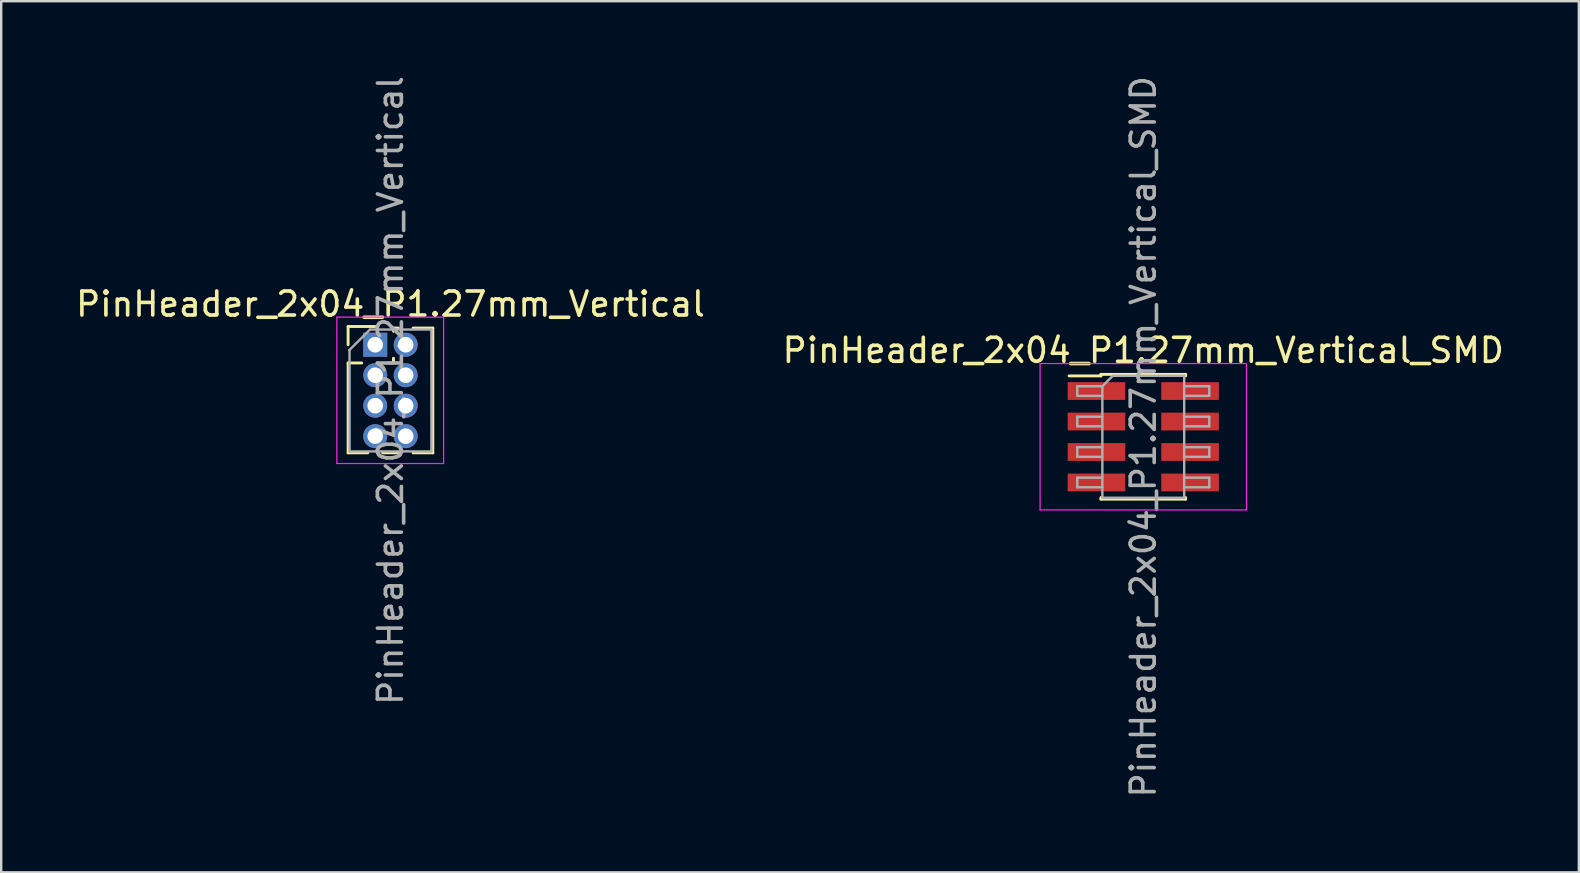
<source format=kicad_pcb>
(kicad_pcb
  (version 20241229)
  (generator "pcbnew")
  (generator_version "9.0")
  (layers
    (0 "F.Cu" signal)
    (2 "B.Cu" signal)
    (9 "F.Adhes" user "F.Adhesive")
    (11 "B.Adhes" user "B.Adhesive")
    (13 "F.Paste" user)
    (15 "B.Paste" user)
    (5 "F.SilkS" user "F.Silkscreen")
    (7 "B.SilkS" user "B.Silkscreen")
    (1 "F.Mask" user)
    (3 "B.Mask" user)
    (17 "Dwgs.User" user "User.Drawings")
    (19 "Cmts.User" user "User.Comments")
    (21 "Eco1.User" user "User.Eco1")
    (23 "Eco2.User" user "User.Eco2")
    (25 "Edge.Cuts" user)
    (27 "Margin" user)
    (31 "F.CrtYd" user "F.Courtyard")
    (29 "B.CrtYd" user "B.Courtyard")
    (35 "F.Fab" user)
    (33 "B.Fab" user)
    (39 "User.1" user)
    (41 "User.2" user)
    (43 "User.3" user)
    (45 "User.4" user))
  (footprint "PinHeader_2x04_P1.27mm_Vertical"
    (layer "F.Cu")
    (at 12.585 11.315)
    (property "Reference" "PinHeader_2x04_P1.27mm_Vertical" (at 0.635 -1.695 0) (layer "F.SilkS") (effects (font (size 1 1) (thickness 0.15))))
    (attr through_hole)
    (fp_line (start -1.13 -0.76) (end 0 -0.76) (stroke (width 0.12) (type solid)) (layer "F.SilkS"))
    (fp_line (start -1.13 0) (end -1.13 -0.76) (stroke (width 0.12) (type solid)) (layer "F.SilkS"))
    (fp_line (start -1.13 0.76) (end -1.13 4.505) (stroke (width 0.12) (type solid)) (layer "F.SilkS"))
    (fp_line (start -1.13 0.76) (end -0.563 0.76) (stroke (width 0.12) (type solid)) (layer "F.SilkS"))
    (fp_line (start -1.13 4.505) (end -0.308 4.505) (stroke (width 0.12) (type solid)) (layer "F.SilkS"))
    (fp_line (start 0.308 4.505) (end 0.962 4.505) (stroke (width 0.12) (type solid)) (layer "F.SilkS"))
    (fp_line (start 0.563 0.76) (end 0.707 0.76) (stroke (width 0.12) (type solid)) (layer "F.SilkS"))
    (fp_line (start 0.76 -0.695) (end 0.962 -0.695) (stroke (width 0.12) (type solid)) (layer "F.SilkS"))
    (fp_line (start 0.76 -0.563) (end 0.76 -0.695) (stroke (width 0.12) (type solid)) (layer "F.SilkS"))
    (fp_line (start 0.76 0.707) (end 0.76 0.563) (stroke (width 0.12) (type solid)) (layer "F.SilkS"))
    (fp_line (start 1.578 -0.695) (end 2.4 -0.695) (stroke (width 0.12) (type solid)) (layer "F.SilkS"))
    (fp_line (start 1.578 4.505) (end 2.4 4.505) (stroke (width 0.12) (type solid)) (layer "F.SilkS"))
    (fp_line (start 2.4 -0.695) (end 2.4 4.505) (stroke (width 0.12) (type solid)) (layer "F.SilkS"))
    (fp_line (start -1.6 -1.15) (end -1.6 4.95) (stroke (width 0.05) (type solid)) (layer "F.CrtYd"))
    (fp_line (start -1.6 4.95) (end 2.85 4.95) (stroke (width 0.05) (type solid)) (layer "F.CrtYd"))
    (fp_line (start 2.85 -1.15) (end -1.6 -1.15) (stroke (width 0.05) (type solid)) (layer "F.CrtYd"))
    (fp_line (start 2.85 4.95) (end 2.85 -1.15) (stroke (width 0.05) (type solid)) (layer "F.CrtYd"))
    (fp_line (start -1.07 0.217) (end -0.217 -0.635) (stroke (width 0.1) (type solid)) (layer "F.Fab"))
    (fp_line (start -1.07 4.445) (end -1.07 0.217) (stroke (width 0.1) (type solid)) (layer "F.Fab"))
    (fp_line (start -0.217 -0.635) (end 2.34 -0.635) (stroke (width 0.1) (type solid)) (layer "F.Fab"))
    (fp_line (start 2.34 -0.635) (end 2.34 4.445) (stroke (width 0.1) (type solid)) (layer "F.Fab"))
    (fp_line (start 2.34 4.445) (end -1.07 4.445) (stroke (width 0.1) (type solid)) (layer "F.Fab"))
    (fp_text user "${REFERENCE}" (at 0.635 1.905 90) (layer "F.Fab") (effects (font (size 1 1) (thickness 0.15))))
    (pad "1" thru_hole rect (at 0 0) (size 1 1) (drill 0.65) (layers "*.Cu" "*.Mask"))
    (pad "2" thru_hole oval (at 1.27 0) (size 1 1) (drill 0.65) (layers "*.Cu" "*.Mask"))
    (pad "3" thru_hole oval (at 0 1.27) (size 1 1) (drill 0.65) (layers "*.Cu" "*.Mask"))
    (pad "4" thru_hole oval (at 1.27 1.27) (size 1 1) (drill 0.65) (layers "*.Cu" "*.Mask"))
    (pad "5" thru_hole oval (at 0 2.54) (size 1 1) (drill 0.65) (layers "*.Cu" "*.Mask"))
    (pad "6" thru_hole oval (at 1.27 2.54) (size 1 1) (drill 0.65) (layers "*.Cu" "*.Mask"))
    (pad "7" thru_hole oval (at 0 3.81) (size 1 1) (drill 0.65) (layers "*.Cu" "*.Mask"))
    (pad "8" thru_hole oval (at 1.27 3.81) (size 1 1) (drill 0.65) (layers "*.Cu" "*.Mask")))
  (footprint "PinHeader_2x04_P1.27mm_Vertical_SMD"
    (layer "F.Cu")
    (at 44.589 15.149)
    (property "Reference" "PinHeader_2x04_P1.27mm_Vertical_SMD" (at 0 -3.6 0) (layer "F.SilkS") (effects (font (size 1 1) (thickness 0.15))))
    (attr smd)
    (fp_line (start -3.09 -2.535) (end -1.765 -2.535) (stroke (width 0.12) (type solid)) (layer "F.SilkS"))
    (fp_line (start -1.765 -2.6) (end -1.765 -2.535) (stroke (width 0.12) (type solid)) (layer "F.SilkS"))
    (fp_line (start -1.765 -2.6) (end 1.765 -2.6) (stroke (width 0.12) (type solid)) (layer "F.SilkS"))
    (fp_line (start -1.765 2.535) (end -1.765 2.6) (stroke (width 0.12) (type solid)) (layer "F.SilkS"))
    (fp_line (start -1.765 2.6) (end 1.765 2.6) (stroke (width 0.12) (type solid)) (layer "F.SilkS"))
    (fp_line (start 1.765 -2.6) (end 1.765 -2.535) (stroke (width 0.12) (type solid)) (layer "F.SilkS"))
    (fp_line (start 1.765 2.535) (end 1.765 2.6) (stroke (width 0.12) (type solid)) (layer "F.SilkS"))
    (fp_line (start -4.3 -3.05) (end -4.3 3.05) (stroke (width 0.05) (type solid)) (layer "F.CrtYd"))
    (fp_line (start -4.3 3.05) (end 4.3 3.05) (stroke (width 0.05) (type solid)) (layer "F.CrtYd"))
    (fp_line (start 4.3 -3.05) (end -4.3 -3.05) (stroke (width 0.05) (type solid)) (layer "F.CrtYd"))
    (fp_line (start 4.3 3.05) (end 4.3 -3.05) (stroke (width 0.05) (type solid)) (layer "F.CrtYd"))
    (fp_line (start -2.75 -2.105) (end -2.75 -1.705) (stroke (width 0.1) (type solid)) (layer "F.Fab"))
    (fp_line (start -2.75 -1.705) (end -1.705 -1.705) (stroke (width 0.1) (type solid)) (layer "F.Fab"))
    (fp_line (start -2.75 -0.835) (end -2.75 -0.435) (stroke (width 0.1) (type solid)) (layer "F.Fab"))
    (fp_line (start -2.75 -0.435) (end -1.705 -0.435) (stroke (width 0.1) (type solid)) (layer "F.Fab"))
    (fp_line (start -2.75 0.435) (end -2.75 0.835) (stroke (width 0.1) (type solid)) (layer "F.Fab"))
    (fp_line (start -2.75 0.835) (end -1.705 0.835) (stroke (width 0.1) (type solid)) (layer "F.Fab"))
    (fp_line (start -2.75 1.705) (end -2.75 2.105) (stroke (width 0.1) (type solid)) (layer "F.Fab"))
    (fp_line (start -2.75 2.105) (end -1.705 2.105) (stroke (width 0.1) (type solid)) (layer "F.Fab"))
    (fp_line (start -1.705 -2.105) (end -2.75 -2.105) (stroke (width 0.1) (type solid)) (layer "F.Fab"))
    (fp_line (start -1.705 -2.105) (end -1.27 -2.54) (stroke (width 0.1) (type solid)) (layer "F.Fab"))
    (fp_line (start -1.705 -0.835) (end -2.75 -0.835) (stroke (width 0.1) (type solid)) (layer "F.Fab"))
    (fp_line (start -1.705 0.435) (end -2.75 0.435) (stroke (width 0.1) (type solid)) (layer "F.Fab"))
    (fp_line (start -1.705 1.705) (end -2.75 1.705) (stroke (width 0.1) (type solid)) (layer "F.Fab"))
    (fp_line (start -1.705 2.54) (end -1.705 -2.105) (stroke (width 0.1) (type solid)) (layer "F.Fab"))
    (fp_line (start -1.27 -2.54) (end 1.705 -2.54) (stroke (width 0.1) (type solid)) (layer "F.Fab"))
    (fp_line (start 1.705 -2.54) (end 1.705 2.54) (stroke (width 0.1) (type solid)) (layer "F.Fab"))
    (fp_line (start 1.705 -2.105) (end 2.75 -2.105) (stroke (width 0.1) (type solid)) (layer "F.Fab"))
    (fp_line (start 1.705 -0.835) (end 2.75 -0.835) (stroke (width 0.1) (type solid)) (layer "F.Fab"))
    (fp_line (start 1.705 0.435) (end 2.75 0.435) (stroke (width 0.1) (type solid)) (layer "F.Fab"))
    (fp_line (start 1.705 1.705) (end 2.75 1.705) (stroke (width 0.1) (type solid)) (layer "F.Fab"))
    (fp_line (start 1.705 2.54) (end -1.705 2.54) (stroke (width 0.1) (type solid)) (layer "F.Fab"))
    (fp_line (start 2.75 -2.105) (end 2.75 -1.705) (stroke (width 0.1) (type solid)) (layer "F.Fab"))
    (fp_line (start 2.75 -1.705) (end 1.705 -1.705) (stroke (width 0.1) (type solid)) (layer "F.Fab"))
    (fp_line (start 2.75 -0.835) (end 2.75 -0.435) (stroke (width 0.1) (type solid)) (layer "F.Fab"))
    (fp_line (start 2.75 -0.435) (end 1.705 -0.435) (stroke (width 0.1) (type solid)) (layer "F.Fab"))
    (fp_line (start 2.75 0.435) (end 2.75 0.835) (stroke (width 0.1) (type solid)) (layer "F.Fab"))
    (fp_line (start 2.75 0.835) (end 1.705 0.835) (stroke (width 0.1) (type solid)) (layer "F.Fab"))
    (fp_line (start 2.75 1.705) (end 2.75 2.105) (stroke (width 0.1) (type solid)) (layer "F.Fab"))
    (fp_line (start 2.75 2.105) (end 1.705 2.105) (stroke (width 0.1) (type solid)) (layer "F.Fab"))
    (fp_text user "${REFERENCE}" (at 0 0 90) (layer "F.Fab") (effects (font (size 1 1) (thickness 0.15))))
    (pad "1" smd rect (at -1.95 -1.905) (size 2.4 0.74) (layers "F.Cu" "F.Mask" "F.Paste"))
    (pad "2" smd rect (at 1.95 -1.905) (size 2.4 0.74) (layers "F.Cu" "F.Mask" "F.Paste"))
    (pad "3" smd rect (at -1.95 -0.635) (size 2.4 0.74) (layers "F.Cu" "F.Mask" "F.Paste"))
    (pad "4" smd rect (at 1.95 -0.635) (size 2.4 0.74) (layers "F.Cu" "F.Mask" "F.Paste"))
    (pad "5" smd rect (at -1.95 0.635) (size 2.4 0.74) (layers "F.Cu" "F.Mask" "F.Paste"))
    (pad "6" smd rect (at 1.95 0.635) (size 2.4 0.74) (layers "F.Cu" "F.Mask" "F.Paste"))
    (pad "7" smd rect (at -1.95 1.905) (size 2.4 0.74) (layers "F.Cu" "F.Mask" "F.Paste"))
    (pad "8" smd rect (at 1.95 1.905) (size 2.4 0.74) (layers "F.Cu" "F.Mask" "F.Paste")))
  (gr_rect
    (start -3 -3)
    (end 62.738 33.298)
    (stroke (width 0.1) (type default))
    (fill no)
    (layer "Edge.Cuts")))
</source>
